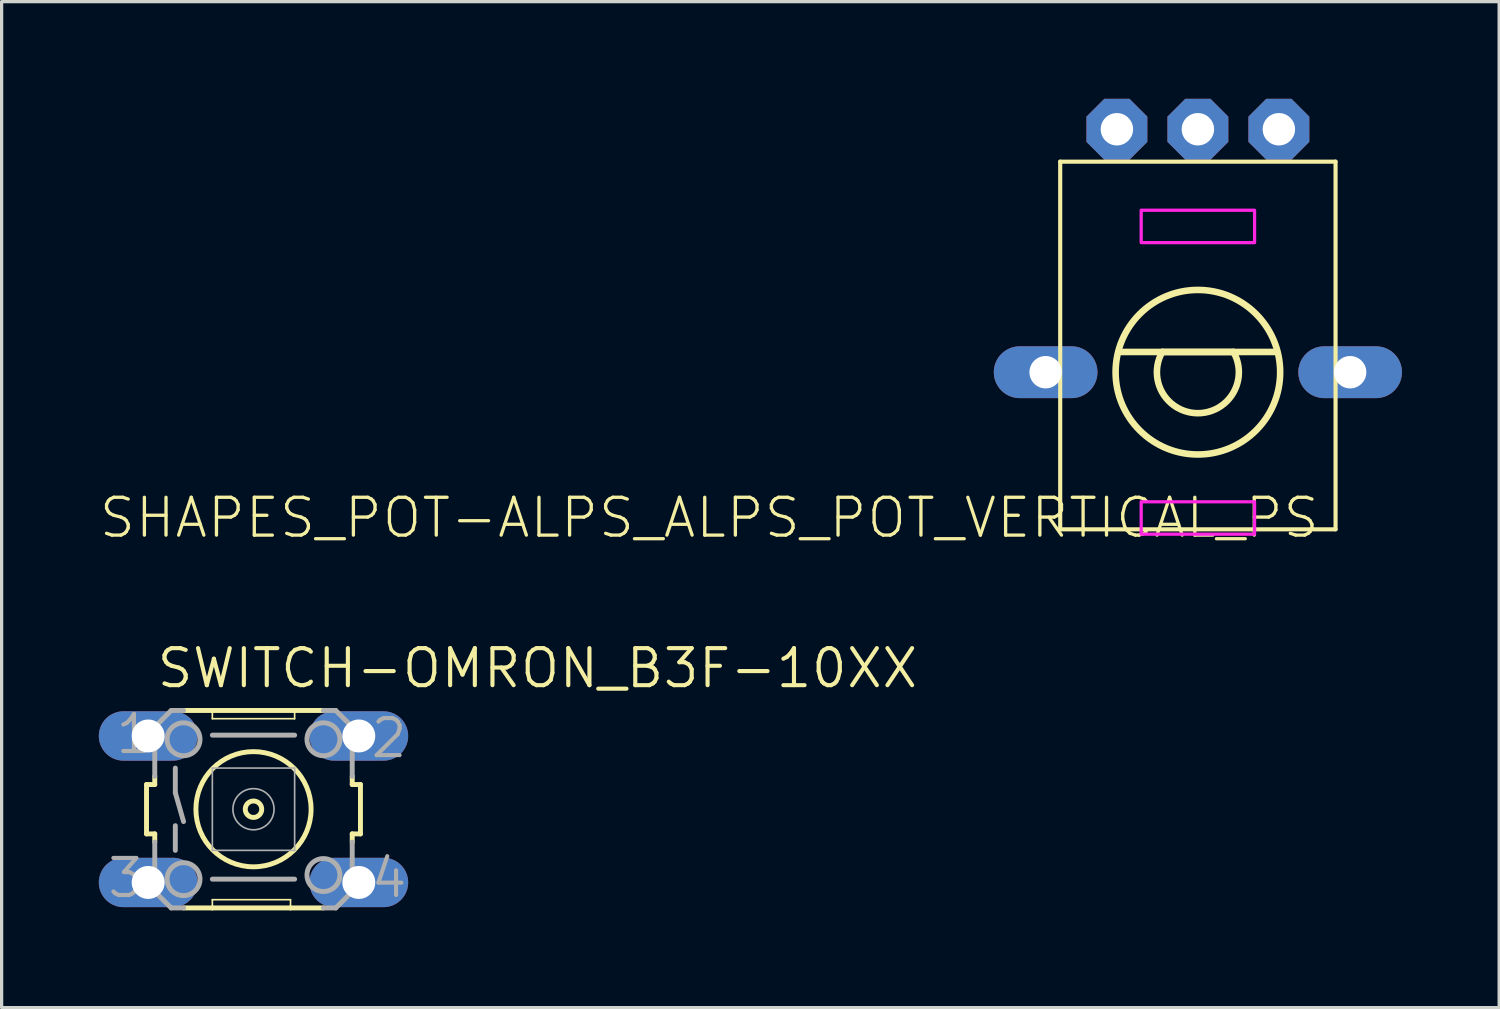
<source format=kicad_pcb>
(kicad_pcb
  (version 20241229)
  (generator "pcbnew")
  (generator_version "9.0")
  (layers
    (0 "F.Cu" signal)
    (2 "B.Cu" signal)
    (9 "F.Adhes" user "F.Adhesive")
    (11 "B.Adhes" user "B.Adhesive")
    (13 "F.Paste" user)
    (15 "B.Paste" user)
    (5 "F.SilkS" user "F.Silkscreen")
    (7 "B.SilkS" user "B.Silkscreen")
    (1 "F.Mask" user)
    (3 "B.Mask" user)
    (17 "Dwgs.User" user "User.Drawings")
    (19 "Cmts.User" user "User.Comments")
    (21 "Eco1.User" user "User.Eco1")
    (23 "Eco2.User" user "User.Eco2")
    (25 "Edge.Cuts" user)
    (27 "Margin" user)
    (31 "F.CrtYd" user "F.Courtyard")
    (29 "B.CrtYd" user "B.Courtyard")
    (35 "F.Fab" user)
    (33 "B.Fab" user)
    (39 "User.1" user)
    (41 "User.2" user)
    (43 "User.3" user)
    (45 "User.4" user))
  (footprint "SWITCH-OMRON_B3F-10XX"
    (layer "F.Cu")
    (at 4.775 21.93)
    (property "Reference" "SWITCH-OMRON_B3F-10XX" (at -3.048 -3.683 0) (unlocked yes) (layer "F.SilkS") (effects (font (size 1.143 1.143) (thickness 0.127)) (justify left bottom)))
    (fp_line (start -3.302 -0.762) (end -3.302 0.762) (stroke (width 0.152) (type solid)) (layer "F.SilkS"))
    (fp_line (start -3.302 -0.762) (end -3.048 -0.762) (stroke (width 0.152) (type solid)) (layer "F.SilkS"))
    (fp_line (start -3.048 -0.762) (end -3.048 -1.016) (stroke (width 0.152) (type solid)) (layer "F.SilkS"))
    (fp_line (start -3.048 0.762) (end -3.302 0.762) (stroke (width 0.152) (type solid)) (layer "F.SilkS"))
    (fp_line (start -3.048 0.762) (end -3.048 1.016) (stroke (width 0.152) (type solid)) (layer "F.SilkS"))
    (fp_line (start -2.159 3.048) (end -1.27 3.048) (stroke (width 0.152) (type solid)) (layer "F.SilkS"))
    (fp_line (start -1.27 -3.048) (end -2.159 -3.048) (stroke (width 0.152) (type solid)) (layer "F.SilkS"))
    (fp_line (start -1.27 -3.048) (end -1.27 -2.794) (stroke (width 0.051) (type solid)) (layer "F.SilkS"))
    (fp_line (start -1.27 2.794) (end -1.27 3.048) (stroke (width 0.051) (type solid)) (layer "F.SilkS"))
    (fp_line (start -1.27 3.048) (end 1.143 3.048) (stroke (width 0.152) (type solid)) (layer "F.SilkS"))
    (fp_line (start 1.143 2.794) (end -1.27 2.794) (stroke (width 0.051) (type solid)) (layer "F.SilkS"))
    (fp_line (start 1.143 2.794) (end 1.143 3.048) (stroke (width 0.051) (type solid)) (layer "F.SilkS"))
    (fp_line (start 1.143 3.048) (end 2.159 3.048) (stroke (width 0.152) (type solid)) (layer "F.SilkS"))
    (fp_line (start 1.27 -3.048) (end -1.27 -3.048) (stroke (width 0.152) (type solid)) (layer "F.SilkS"))
    (fp_line (start 1.27 -2.794) (end -1.27 -2.794) (stroke (width 0.051) (type solid)) (layer "F.SilkS"))
    (fp_line (start 1.27 -2.794) (end 1.27 -3.048) (stroke (width 0.051) (type solid)) (layer "F.SilkS"))
    (fp_line (start 2.159 -3.048) (end 1.27 -3.048) (stroke (width 0.152) (type solid)) (layer "F.SilkS"))
    (fp_line (start 3.048 -0.762) (end 3.048 -1.016) (stroke (width 0.152) (type solid)) (layer "F.SilkS"))
    (fp_line (start 3.048 -0.762) (end 3.302 -0.762) (stroke (width 0.152) (type solid)) (layer "F.SilkS"))
    (fp_line (start 3.048 0.762) (end 3.048 1.016) (stroke (width 0.152) (type solid)) (layer "F.SilkS"))
    (fp_line (start 3.302 0.762) (end 3.048 0.762) (stroke (width 0.152) (type solid)) (layer "F.SilkS"))
    (fp_line (start 3.302 0.762) (end 3.302 -0.762) (stroke (width 0.152) (type solid)) (layer "F.SilkS"))
    (fp_circle (center 0 0) (end 0.254 0) (stroke (width 0.152) (type solid)) (fill no) (layer "F.SilkS"))
    (fp_circle (center 0 0) (end 1.778 0) (stroke (width 0.152) (type solid)) (fill no) (layer "F.SilkS"))
    (fp_line (start -3.048 -2.54) (end -3.048 -1.016) (stroke (width 0.152) (type solid)) (layer "F.Fab"))
    (fp_line (start -3.048 2.54) (end -3.048 1.016) (stroke (width 0.152) (type solid)) (layer "F.Fab"))
    (fp_line (start -2.54 -3.048) (end -3.048 -2.54) (stroke (width 0.152) (type solid)) (layer "F.Fab"))
    (fp_line (start -2.54 -3.048) (end -2.159 -3.048) (stroke (width 0.152) (type solid)) (layer "F.Fab"))
    (fp_line (start -2.54 3.048) (end -3.048 2.54) (stroke (width 0.152) (type solid)) (layer "F.Fab"))
    (fp_line (start -2.54 3.048) (end -2.159 3.048) (stroke (width 0.152) (type solid)) (layer "F.Fab"))
    (fp_line (start -2.413 -1.27) (end -2.413 -0.508) (stroke (width 0.152) (type solid)) (layer "F.Fab"))
    (fp_line (start -2.413 -0.508) (end -2.159 0.381) (stroke (width 0.152) (type solid)) (layer "F.Fab"))
    (fp_line (start -2.413 0.508) (end -2.413 1.27) (stroke (width 0.152) (type solid)) (layer "F.Fab"))
    (fp_line (start -1.27 -1.27) (end -1.27 1.27) (stroke (width 0.051) (type solid)) (layer "F.Fab"))
    (fp_line (start -1.27 -1.27) (end 1.27 -1.27) (stroke (width 0.051) (type solid)) (layer "F.Fab"))
    (fp_line (start -1.27 2.159) (end 1.27 2.159) (stroke (width 0.152) (type solid)) (layer "F.Fab"))
    (fp_line (start 1.27 -2.286) (end -1.27 -2.286) (stroke (width 0.152) (type solid)) (layer "F.Fab"))
    (fp_line (start 1.27 1.27) (end -1.27 1.27) (stroke (width 0.051) (type solid)) (layer "F.Fab"))
    (fp_line (start 1.27 1.27) (end 1.27 -1.27) (stroke (width 0.051) (type solid)) (layer "F.Fab"))
    (fp_line (start 2.54 -3.048) (end 2.159 -3.048) (stroke (width 0.152) (type solid)) (layer "F.Fab"))
    (fp_line (start 2.54 3.048) (end 2.159 3.048) (stroke (width 0.152) (type solid)) (layer "F.Fab"))
    (fp_line (start 2.54 3.048) (end 3.048 2.54) (stroke (width 0.152) (type solid)) (layer "F.Fab"))
    (fp_line (start 3.048 -2.54) (end 2.54 -3.048) (stroke (width 0.152) (type solid)) (layer "F.Fab"))
    (fp_line (start 3.048 -1.016) (end 3.048 -2.54) (stroke (width 0.152) (type solid)) (layer "F.Fab"))
    (fp_line (start 3.048 2.54) (end 3.048 1.016) (stroke (width 0.152) (type solid)) (layer "F.Fab"))
    (fp_circle (center -2.159 -2.159) (end -1.651 -2.159) (stroke (width 0.152) (type solid)) (fill no) (layer "F.Fab"))
    (fp_circle (center -2.159 2.159) (end -1.651 2.159) (stroke (width 0.152) (type solid)) (fill no) (layer "F.Fab"))
    (fp_circle (center 0 0) (end 0.635 0) (stroke (width 0.051) (type solid)) (fill no) (layer "F.Fab"))
    (fp_circle (center 2.159 -2.159) (end 2.667 -2.159) (stroke (width 0.152) (type solid)) (fill no) (layer "F.Fab"))
    (fp_circle (center 2.159 2.032) (end 2.667 2.032) (stroke (width 0.152) (type solid)) (fill no) (layer "F.Fab"))
    (fp_text user "4" (at 3.556 2.794 0) (unlocked yes) (layer "F.Fab") (effects (font (size 1.143 1.143) (thickness 0.127)) (justify left bottom)))
    (fp_text user "2" (at 3.556 -1.524 0) (unlocked yes) (layer "F.Fab") (effects (font (size 1.143 1.143) (thickness 0.127)) (justify left bottom)))
    (fp_text user "3" (at -4.572 2.794 0) (unlocked yes) (layer "F.Fab") (effects (font (size 1.143 1.143) (thickness 0.127)) (justify left bottom)))
    (fp_text user "1" (at -4.318 -1.651 0) (unlocked yes) (layer "F.Fab") (effects (font (size 1.143 1.143) (thickness 0.127)) (justify left bottom)))
    (pad "1" thru_hole oval (at -3.251 -2.261) (size 3.048 1.524) (drill 1.016) (layers "*.Cu" "*.Mask"))
    (pad "2" thru_hole oval (at 3.251 -2.261) (size 3.048 1.524) (drill 1.016) (layers "*.Cu" "*.Mask"))
    (pad "3" thru_hole oval (at -3.251 2.261) (size 3.048 1.524) (drill 1.016) (layers "*.Cu" "*.Mask"))
    (pad "4" thru_hole oval (at 3.251 2.261) (size 3.048 1.524) (drill 1.016) (layers "*.Cu" "*.Mask")))
  (footprint "SHAPES_POT-ALPS_ALPS_POT_VERTICAL_PS"
    (layer "F.Cu")
    (at 33.928 8.44)
    (property "Reference" "SHAPES_POT-ALPS_ALPS_POT_VERTICAL_PS" (at 3.81 3.81 0) (unlocked yes) (layer "F.SilkS") (effects (font (size 1.168 1.168) (thickness 0.102)) (justify right top)))
    (fp_line (start -4.25 -6.5) (end 4.25 -6.5) (stroke (width 0.127) (type solid)) (layer "F.SilkS"))
    (fp_line (start -4.25 4.85) (end -4.25 -6.5) (stroke (width 0.127) (type solid)) (layer "F.SilkS"))
    (fp_line (start -2.45 -0.625) (end 2.425 -0.625) (stroke (width 0.203) (type solid)) (layer "F.SilkS"))
    (fp_line (start -1.1 -0.625) (end 1.1 -0.625) (stroke (width 0.203) (type solid)) (layer "F.SilkS"))
    (fp_line (start 4.25 -6.5) (end 4.25 4.85) (stroke (width 0.127) (type solid)) (layer "F.SilkS"))
    (fp_line (start 4.25 4.85) (end -4.25 4.85) (stroke (width 0.127) (type solid)) (layer "F.SilkS"))
    (fp_arc (start 1.1 -0.625) (mid 0 1.265158) (end -1.1 -0.625) (stroke (width 0.2032) (type solid)) (layer "F.SilkS"))
    (fp_circle (center 0 0) (end 2.54 0) (stroke (width 0.203) (type solid)) (fill no) (layer "F.SilkS"))
    (fp_poly (pts (xy -1.75 -4) (xy 1.75 -4) (xy 1.75 -5) (xy -1.75 -5)) (stroke (width 0.1) (type default)) (fill no) (layer "F.CrtYd"))
    (fp_poly (pts (xy -1.75 5) (xy 1.75 5) (xy 1.75 4) (xy -1.75 4)) (stroke (width 0.1) (type default)) (fill no) (layer "F.CrtYd"))
    (pad "P$1" thru_hole roundrect (at -2.5 -7.5 270) (size 1.88 1.88) (drill 1) (layers "*.Cu" "*.Mask") (roundrect_rratio 0.25) (chamfer_ratio 0.293) (chamfer top_left top_right bottom_left bottom_right))
    (pad "P$2" thru_hole roundrect (at 0 -7.5 270) (size 1.88 1.88) (drill 1) (layers "*.Cu" "*.Mask") (roundrect_rratio 0.25) (chamfer_ratio 0.293) (chamfer top_left top_right bottom_left bottom_right))
    (pad "P$3" thru_hole roundrect (at 2.5 -7.5 270) (size 1.88 1.88) (drill 1) (layers "*.Cu" "*.Mask") (roundrect_rratio 0.25) (chamfer_ratio 0.293) (chamfer top_left top_right bottom_left bottom_right))
    (pad "P$4" thru_hole oval (at -4.7 0) (size 3.2 1.6) (drill 1) (layers "*.Cu" "*.Mask"))
    (pad "P$5" thru_hole oval (at 4.7 0) (size 3.2 1.6) (drill 1) (layers "*.Cu" "*.Mask")))
  (gr_rect
    (start -3 -3)
    (end 43.228 28.054)
    (stroke (width 0.1) (type default))
    (fill no)
    (layer "Edge.Cuts")))
</source>
